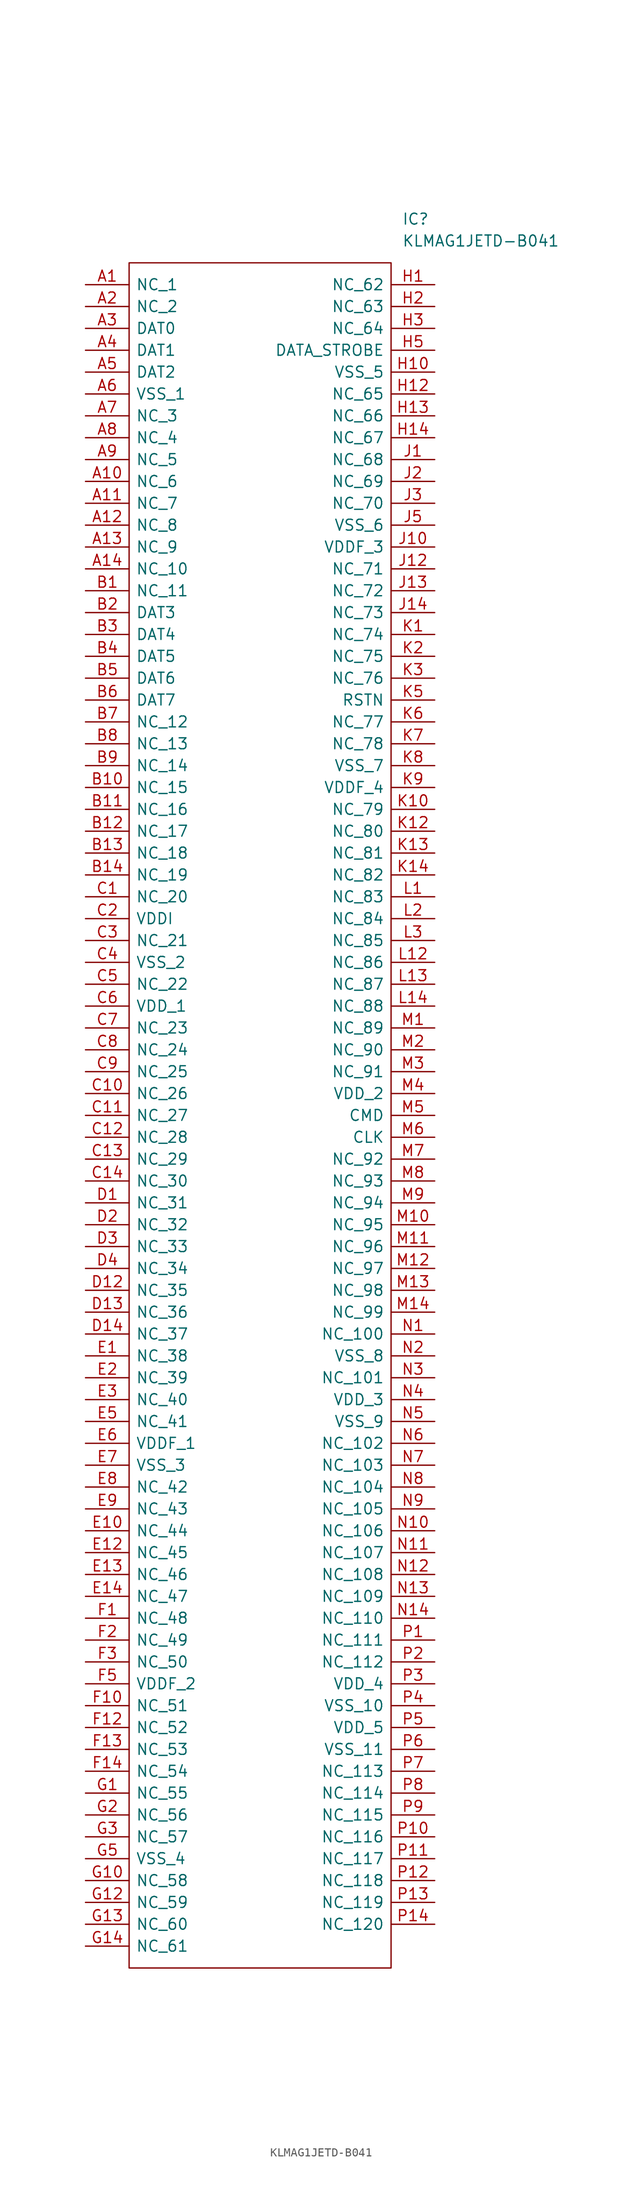
<source format=kicad_sym>
(kicad_symbol_lib
  (version 20211014)
  (generator kicad_symbol_editor)
  (symbol "KLMAG1JETD-B041"
    (pin_names
      (offset 0.762))
    (property "Reference" "IC"
      (at 36.83 7.62 0)
      (effects (font (size 1.27 1.27)) (justify left)))
    (property "Value" "KLMAG1JETD-B041"
      (at 36.83 5.08 0)
      (effects (font (size 1.27 1.27)) (justify left)))
    (symbol "KLMAG1JETD-B041_0_0"
      (pin passive line (at 0 0 0) (length 5.08) (name "NC_1" (effects (font (size 1.27 1.27)))) (number "A1" (effects (font (size 1.27 1.27)))))
      (pin passive line (at 0 -22.86 0) (length 5.08) (name "NC_6" (effects (font (size 1.27 1.27)))) (number "A10" (effects (font (size 1.27 1.27)))))
      (pin passive line (at 0 -25.4 0) (length 5.08) (name "NC_7" (effects (font (size 1.27 1.27)))) (number "A11" (effects (font (size 1.27 1.27)))))
      (pin passive line (at 0 -27.94 0) (length 5.08) (name "NC_8" (effects (font (size 1.27 1.27)))) (number "A12" (effects (font (size 1.27 1.27)))))
      (pin passive line (at 0 -30.48 0) (length 5.08) (name "NC_9" (effects (font (size 1.27 1.27)))) (number "A13" (effects (font (size 1.27 1.27)))))
      (pin passive line (at 0 -33.02 0) (length 5.08) (name "NC_10" (effects (font (size 1.27 1.27)))) (number "A14" (effects (font (size 1.27 1.27)))))
      (pin passive line (at 0 -2.54 0) (length 5.08) (name "NC_2" (effects (font (size 1.27 1.27)))) (number "A2" (effects (font (size 1.27 1.27)))))
      (pin passive line (at 0 -5.08 0) (length 5.08) (name "DAT0" (effects (font (size 1.27 1.27)))) (number "A3" (effects (font (size 1.27 1.27)))))
      (pin passive line (at 0 -7.62 0) (length 5.08) (name "DAT1" (effects (font (size 1.27 1.27)))) (number "A4" (effects (font (size 1.27 1.27)))))
      (pin passive line (at 0 -10.16 0) (length 5.08) (name "DAT2" (effects (font (size 1.27 1.27)))) (number "A5" (effects (font (size 1.27 1.27)))))
      (pin passive line (at 0 -12.7 0) (length 5.08) (name "VSS_1" (effects (font (size 1.27 1.27)))) (number "A6" (effects (font (size 1.27 1.27)))))
      (pin passive line (at 0 -15.24 0) (length 5.08) (name "NC_3" (effects (font (size 1.27 1.27)))) (number "A7" (effects (font (size 1.27 1.27)))))
      (pin passive line (at 0 -17.78 0) (length 5.08) (name "NC_4" (effects (font (size 1.27 1.27)))) (number "A8" (effects (font (size 1.27 1.27)))))
      (pin passive line (at 0 -20.32 0) (length 5.08) (name "NC_5" (effects (font (size 1.27 1.27)))) (number "A9" (effects (font (size 1.27 1.27)))))
      (pin passive line (at 0 -35.56 0) (length 5.08) (name "NC_11" (effects (font (size 1.27 1.27)))) (number "B1" (effects (font (size 1.27 1.27)))))
      (pin passive line (at 0 -58.42 0) (length 5.08) (name "NC_15" (effects (font (size 1.27 1.27)))) (number "B10" (effects (font (size 1.27 1.27)))))
      (pin passive line (at 0 -60.96 0) (length 5.08) (name "NC_16" (effects (font (size 1.27 1.27)))) (number "B11" (effects (font (size 1.27 1.27)))))
      (pin passive line (at 0 -63.5 0) (length 5.08) (name "NC_17" (effects (font (size 1.27 1.27)))) (number "B12" (effects (font (size 1.27 1.27)))))
      (pin passive line (at 0 -66.04 0) (length 5.08) (name "NC_18" (effects (font (size 1.27 1.27)))) (number "B13" (effects (font (size 1.27 1.27)))))
      (pin passive line (at 0 -68.58 0) (length 5.08) (name "NC_19" (effects (font (size 1.27 1.27)))) (number "B14" (effects (font (size 1.27 1.27)))))
      (pin passive line (at 0 -38.1 0) (length 5.08) (name "DAT3" (effects (font (size 1.27 1.27)))) (number "B2" (effects (font (size 1.27 1.27)))))
      (pin passive line (at 0 -40.64 0) (length 5.08) (name "DAT4" (effects (font (size 1.27 1.27)))) (number "B3" (effects (font (size 1.27 1.27)))))
      (pin passive line (at 0 -43.18 0) (length 5.08) (name "DAT5" (effects (font (size 1.27 1.27)))) (number "B4" (effects (font (size 1.27 1.27)))))
      (pin passive line (at 0 -45.72 0) (length 5.08) (name "DAT6" (effects (font (size 1.27 1.27)))) (number "B5" (effects (font (size 1.27 1.27)))))
      (pin passive line (at 0 -48.26 0) (length 5.08) (name "DAT7" (effects (font (size 1.27 1.27)))) (number "B6" (effects (font (size 1.27 1.27)))))
      (pin passive line (at 0 -50.8 0) (length 5.08) (name "NC_12" (effects (font (size 1.27 1.27)))) (number "B7" (effects (font (size 1.27 1.27)))))
      (pin passive line (at 0 -53.34 0) (length 5.08) (name "NC_13" (effects (font (size 1.27 1.27)))) (number "B8" (effects (font (size 1.27 1.27)))))
      (pin passive line (at 0 -55.88 0) (length 5.08) (name "NC_14" (effects (font (size 1.27 1.27)))) (number "B9" (effects (font (size 1.27 1.27)))))
      (pin passive line (at 0 -71.12 0) (length 5.08) (name "NC_20" (effects (font (size 1.27 1.27)))) (number "C1" (effects (font (size 1.27 1.27)))))
      (pin passive line (at 0 -93.98 0) (length 5.08) (name "NC_26" (effects (font (size 1.27 1.27)))) (number "C10" (effects (font (size 1.27 1.27)))))
      (pin passive line (at 0 -96.52 0) (length 5.08) (name "NC_27" (effects (font (size 1.27 1.27)))) (number "C11" (effects (font (size 1.27 1.27)))))
      (pin passive line (at 0 -99.06 0) (length 5.08) (name "NC_28" (effects (font (size 1.27 1.27)))) (number "C12" (effects (font (size 1.27 1.27)))))
      (pin passive line (at 0 -101.6 0) (length 5.08) (name "NC_29" (effects (font (size 1.27 1.27)))) (number "C13" (effects (font (size 1.27 1.27)))))
      (pin passive line (at 0 -104.14 0) (length 5.08) (name "NC_30" (effects (font (size 1.27 1.27)))) (number "C14" (effects (font (size 1.27 1.27)))))
      (pin passive line (at 0 -73.66 0) (length 5.08) (name "VDDI" (effects (font (size 1.27 1.27)))) (number "C2" (effects (font (size 1.27 1.27)))))
      (pin passive line (at 0 -76.2 0) (length 5.08) (name "NC_21" (effects (font (size 1.27 1.27)))) (number "C3" (effects (font (size 1.27 1.27)))))
      (pin passive line (at 0 -78.74 0) (length 5.08) (name "VSS_2" (effects (font (size 1.27 1.27)))) (number "C4" (effects (font (size 1.27 1.27)))))
      (pin passive line (at 0 -81.28 0) (length 5.08) (name "NC_22" (effects (font (size 1.27 1.27)))) (number "C5" (effects (font (size 1.27 1.27)))))
      (pin passive line (at 0 -83.82 0) (length 5.08) (name "VDD_1" (effects (font (size 1.27 1.27)))) (number "C6" (effects (font (size 1.27 1.27)))))
      (pin passive line (at 0 -86.36 0) (length 5.08) (name "NC_23" (effects (font (size 1.27 1.27)))) (number "C7" (effects (font (size 1.27 1.27)))))
      (pin passive line (at 0 -88.9 0) (length 5.08) (name "NC_24" (effects (font (size 1.27 1.27)))) (number "C8" (effects (font (size 1.27 1.27)))))
      (pin passive line (at 0 -91.44 0) (length 5.08) (name "NC_25" (effects (font (size 1.27 1.27)))) (number "C9" (effects (font (size 1.27 1.27)))))
      (pin passive line (at 0 -106.68 0) (length 5.08) (name "NC_31" (effects (font (size 1.27 1.27)))) (number "D1" (effects (font (size 1.27 1.27)))))
      (pin passive line (at 0 -116.84 0) (length 5.08) (name "NC_35" (effects (font (size 1.27 1.27)))) (number "D12" (effects (font (size 1.27 1.27)))))
      (pin passive line (at 0 -119.38 0) (length 5.08) (name "NC_36" (effects (font (size 1.27 1.27)))) (number "D13" (effects (font (size 1.27 1.27)))))
      (pin passive line (at 0 -121.92 0) (length 5.08) (name "NC_37" (effects (font (size 1.27 1.27)))) (number "D14" (effects (font (size 1.27 1.27)))))
      (pin passive line (at 0 -109.22 0) (length 5.08) (name "NC_32" (effects (font (size 1.27 1.27)))) (number "D2" (effects (font (size 1.27 1.27)))))
      (pin passive line (at 0 -111.76 0) (length 5.08) (name "NC_33" (effects (font (size 1.27 1.27)))) (number "D3" (effects (font (size 1.27 1.27)))))
      (pin passive line (at 0 -114.3 0) (length 5.08) (name "NC_34" (effects (font (size 1.27 1.27)))) (number "D4" (effects (font (size 1.27 1.27)))))
      (pin passive line (at 0 -124.46 0) (length 5.08) (name "NC_38" (effects (font (size 1.27 1.27)))) (number "E1" (effects (font (size 1.27 1.27)))))
      (pin passive line (at 0 -144.78 0) (length 5.08) (name "NC_44" (effects (font (size 1.27 1.27)))) (number "E10" (effects (font (size 1.27 1.27)))))
      (pin passive line (at 0 -147.32 0) (length 5.08) (name "NC_45" (effects (font (size 1.27 1.27)))) (number "E12" (effects (font (size 1.27 1.27)))))
      (pin passive line (at 0 -149.86 0) (length 5.08) (name "NC_46" (effects (font (size 1.27 1.27)))) (number "E13" (effects (font (size 1.27 1.27)))))
      (pin passive line (at 0 -152.4 0) (length 5.08) (name "NC_47" (effects (font (size 1.27 1.27)))) (number "E14" (effects (font (size 1.27 1.27)))))
      (pin passive line (at 0 -127 0) (length 5.08) (name "NC_39" (effects (font (size 1.27 1.27)))) (number "E2" (effects (font (size 1.27 1.27)))))
      (pin passive line (at 0 -129.54 0) (length 5.08) (name "NC_40" (effects (font (size 1.27 1.27)))) (number "E3" (effects (font (size 1.27 1.27)))))
      (pin passive line (at 0 -132.08 0) (length 5.08) (name "NC_41" (effects (font (size 1.27 1.27)))) (number "E5" (effects (font (size 1.27 1.27)))))
      (pin passive line (at 0 -134.62 0) (length 5.08) (name "VDDF_1" (effects (font (size 1.27 1.27)))) (number "E6" (effects (font (size 1.27 1.27)))))
      (pin passive line (at 0 -137.16 0) (length 5.08) (name "VSS_3" (effects (font (size 1.27 1.27)))) (number "E7" (effects (font (size 1.27 1.27)))))
      (pin passive line (at 0 -139.7 0) (length 5.08) (name "NC_42" (effects (font (size 1.27 1.27)))) (number "E8" (effects (font (size 1.27 1.27)))))
      (pin passive line (at 0 -142.24 0) (length 5.08) (name "NC_43" (effects (font (size 1.27 1.27)))) (number "E9" (effects (font (size 1.27 1.27)))))
      (pin passive line (at 0 -154.94 0) (length 5.08) (name "NC_48" (effects (font (size 1.27 1.27)))) (number "F1" (effects (font (size 1.27 1.27)))))
      (pin passive line (at 0 -165.1 0) (length 5.08) (name "NC_51" (effects (font (size 1.27 1.27)))) (number "F10" (effects (font (size 1.27 1.27)))))
      (pin passive line (at 0 -167.64 0) (length 5.08) (name "NC_52" (effects (font (size 1.27 1.27)))) (number "F12" (effects (font (size 1.27 1.27)))))
      (pin passive line (at 0 -170.18 0) (length 5.08) (name "NC_53" (effects (font (size 1.27 1.27)))) (number "F13" (effects (font (size 1.27 1.27)))))
      (pin passive line (at 0 -172.72 0) (length 5.08) (name "NC_54" (effects (font (size 1.27 1.27)))) (number "F14" (effects (font (size 1.27 1.27)))))
      (pin passive line (at 0 -157.48 0) (length 5.08) (name "NC_49" (effects (font (size 1.27 1.27)))) (number "F2" (effects (font (size 1.27 1.27)))))
      (pin passive line (at 0 -160.02 0) (length 5.08) (name "NC_50" (effects (font (size 1.27 1.27)))) (number "F3" (effects (font (size 1.27 1.27)))))
      (pin passive line (at 0 -162.56 0) (length 5.08) (name "VDDF_2" (effects (font (size 1.27 1.27)))) (number "F5" (effects (font (size 1.27 1.27)))))
      (pin passive line (at 0 -175.26 0) (length 5.08) (name "NC_55" (effects (font (size 1.27 1.27)))) (number "G1" (effects (font (size 1.27 1.27)))))
      (pin passive line (at 0 -185.42 0) (length 5.08) (name "NC_58" (effects (font (size 1.27 1.27)))) (number "G10" (effects (font (size 1.27 1.27)))))
      (pin passive line (at 0 -187.96 0) (length 5.08) (name "NC_59" (effects (font (size 1.27 1.27)))) (number "G12" (effects (font (size 1.27 1.27)))))
      (pin passive line (at 0 -190.5 0) (length 5.08) (name "NC_60" (effects (font (size 1.27 1.27)))) (number "G13" (effects (font (size 1.27 1.27)))))
      (pin passive line (at 0 -193.04 0) (length 5.08) (name "NC_61" (effects (font (size 1.27 1.27)))) (number "G14" (effects (font (size 1.27 1.27)))))
      (pin passive line (at 0 -177.8 0) (length 5.08) (name "NC_56" (effects (font (size 1.27 1.27)))) (number "G2" (effects (font (size 1.27 1.27)))))
      (pin passive line (at 0 -180.34 0) (length 5.08) (name "NC_57" (effects (font (size 1.27 1.27)))) (number "G3" (effects (font (size 1.27 1.27)))))
      (pin passive line (at 0 -182.88 0) (length 5.08) (name "VSS_4" (effects (font (size 1.27 1.27)))) (number "G5" (effects (font (size 1.27 1.27)))))
      (pin passive line (at 40.64 0 180) (length 5.08) (name "NC_62" (effects (font (size 1.27 1.27)))) (number "H1" (effects (font (size 1.27 1.27)))))
      (pin passive line (at 40.64 -10.16 180) (length 5.08) (name "VSS_5" (effects (font (size 1.27 1.27)))) (number "H10" (effects (font (size 1.27 1.27)))))
      (pin passive line (at 40.64 -12.7 180) (length 5.08) (name "NC_65" (effects (font (size 1.27 1.27)))) (number "H12" (effects (font (size 1.27 1.27)))))
      (pin passive line (at 40.64 -15.24 180) (length 5.08) (name "NC_66" (effects (font (size 1.27 1.27)))) (number "H13" (effects (font (size 1.27 1.27)))))
      (pin passive line (at 40.64 -17.78 180) (length 5.08) (name "NC_67" (effects (font (size 1.27 1.27)))) (number "H14" (effects (font (size 1.27 1.27)))))
      (pin passive line (at 40.64 -2.54 180) (length 5.08) (name "NC_63" (effects (font (size 1.27 1.27)))) (number "H2" (effects (font (size 1.27 1.27)))))
      (pin passive line (at 40.64 -5.08 180) (length 5.08) (name "NC_64" (effects (font (size 1.27 1.27)))) (number "H3" (effects (font (size 1.27 1.27)))))
      (pin passive line (at 40.64 -7.62 180) (length 5.08) (name "DATA_STROBE" (effects (font (size 1.27 1.27)))) (number "H5" (effects (font (size 1.27 1.27)))))
      (pin passive line (at 40.64 -20.32 180) (length 5.08) (name "NC_68" (effects (font (size 1.27 1.27)))) (number "J1" (effects (font (size 1.27 1.27)))))
      (pin passive line (at 40.64 -30.48 180) (length 5.08) (name "VDDF_3" (effects (font (size 1.27 1.27)))) (number "J10" (effects (font (size 1.27 1.27)))))
      (pin passive line (at 40.64 -33.02 180) (length 5.08) (name "NC_71" (effects (font (size 1.27 1.27)))) (number "J12" (effects (font (size 1.27 1.27)))))
      (pin passive line (at 40.64 -35.56 180) (length 5.08) (name "NC_72" (effects (font (size 1.27 1.27)))) (number "J13" (effects (font (size 1.27 1.27)))))
      (pin passive line (at 40.64 -38.1 180) (length 5.08) (name "NC_73" (effects (font (size 1.27 1.27)))) (number "J14" (effects (font (size 1.27 1.27)))))
      (pin passive line (at 40.64 -22.86 180) (length 5.08) (name "NC_69" (effects (font (size 1.27 1.27)))) (number "J2" (effects (font (size 1.27 1.27)))))
      (pin passive line (at 40.64 -25.4 180) (length 5.08) (name "NC_70" (effects (font (size 1.27 1.27)))) (number "J3" (effects (font (size 1.27 1.27)))))
      (pin passive line (at 40.64 -27.94 180) (length 5.08) (name "VSS_6" (effects (font (size 1.27 1.27)))) (number "J5" (effects (font (size 1.27 1.27)))))
      (pin passive line (at 40.64 -40.64 180) (length 5.08) (name "NC_74" (effects (font (size 1.27 1.27)))) (number "K1" (effects (font (size 1.27 1.27)))))
      (pin passive line (at 40.64 -60.96 180) (length 5.08) (name "NC_79" (effects (font (size 1.27 1.27)))) (number "K10" (effects (font (size 1.27 1.27)))))
      (pin passive line (at 40.64 -63.5 180) (length 5.08) (name "NC_80" (effects (font (size 1.27 1.27)))) (number "K12" (effects (font (size 1.27 1.27)))))
      (pin passive line (at 40.64 -66.04 180) (length 5.08) (name "NC_81" (effects (font (size 1.27 1.27)))) (number "K13" (effects (font (size 1.27 1.27)))))
      (pin passive line (at 40.64 -68.58 180) (length 5.08) (name "NC_82" (effects (font (size 1.27 1.27)))) (number "K14" (effects (font (size 1.27 1.27)))))
      (pin passive line (at 40.64 -43.18 180) (length 5.08) (name "NC_75" (effects (font (size 1.27 1.27)))) (number "K2" (effects (font (size 1.27 1.27)))))
      (pin passive line (at 40.64 -45.72 180) (length 5.08) (name "NC_76" (effects (font (size 1.27 1.27)))) (number "K3" (effects (font (size 1.27 1.27)))))
      (pin passive line (at 40.64 -48.26 180) (length 5.08) (name "RSTN" (effects (font (size 1.27 1.27)))) (number "K5" (effects (font (size 1.27 1.27)))))
      (pin passive line (at 40.64 -50.8 180) (length 5.08) (name "NC_77" (effects (font (size 1.27 1.27)))) (number "K6" (effects (font (size 1.27 1.27)))))
      (pin passive line (at 40.64 -53.34 180) (length 5.08) (name "NC_78" (effects (font (size 1.27 1.27)))) (number "K7" (effects (font (size 1.27 1.27)))))
      (pin passive line (at 40.64 -55.88 180) (length 5.08) (name "VSS_7" (effects (font (size 1.27 1.27)))) (number "K8" (effects (font (size 1.27 1.27)))))
      (pin passive line (at 40.64 -58.42 180) (length 5.08) (name "VDDF_4" (effects (font (size 1.27 1.27)))) (number "K9" (effects (font (size 1.27 1.27)))))
      (pin passive line (at 40.64 -71.12 180) (length 5.08) (name "NC_83" (effects (font (size 1.27 1.27)))) (number "L1" (effects (font (size 1.27 1.27)))))
      (pin passive line (at 40.64 -78.74 180) (length 5.08) (name "NC_86" (effects (font (size 1.27 1.27)))) (number "L12" (effects (font (size 1.27 1.27)))))
      (pin passive line (at 40.64 -81.28 180) (length 5.08) (name "NC_87" (effects (font (size 1.27 1.27)))) (number "L13" (effects (font (size 1.27 1.27)))))
      (pin passive line (at 40.64 -83.82 180) (length 5.08) (name "NC_88" (effects (font (size 1.27 1.27)))) (number "L14" (effects (font (size 1.27 1.27)))))
      (pin passive line (at 40.64 -73.66 180) (length 5.08) (name "NC_84" (effects (font (size 1.27 1.27)))) (number "L2" (effects (font (size 1.27 1.27)))))
      (pin passive line (at 40.64 -76.2 180) (length 5.08) (name "NC_85" (effects (font (size 1.27 1.27)))) (number "L3" (effects (font (size 1.27 1.27)))))
      (pin passive line (at 40.64 -86.36 180) (length 5.08) (name "NC_89" (effects (font (size 1.27 1.27)))) (number "M1" (effects (font (size 1.27 1.27)))))
      (pin passive line (at 40.64 -109.22 180) (length 5.08) (name "NC_95" (effects (font (size 1.27 1.27)))) (number "M10" (effects (font (size 1.27 1.27)))))
      (pin passive line (at 40.64 -111.76 180) (length 5.08) (name "NC_96" (effects (font (size 1.27 1.27)))) (number "M11" (effects (font (size 1.27 1.27)))))
      (pin passive line (at 40.64 -114.3 180) (length 5.08) (name "NC_97" (effects (font (size 1.27 1.27)))) (number "M12" (effects (font (size 1.27 1.27)))))
      (pin passive line (at 40.64 -116.84 180) (length 5.08) (name "NC_98" (effects (font (size 1.27 1.27)))) (number "M13" (effects (font (size 1.27 1.27)))))
      (pin passive line (at 40.64 -119.38 180) (length 5.08) (name "NC_99" (effects (font (size 1.27 1.27)))) (number "M14" (effects (font (size 1.27 1.27)))))
      (pin passive line (at 40.64 -88.9 180) (length 5.08) (name "NC_90" (effects (font (size 1.27 1.27)))) (number "M2" (effects (font (size 1.27 1.27)))))
      (pin passive line (at 40.64 -91.44 180) (length 5.08) (name "NC_91" (effects (font (size 1.27 1.27)))) (number "M3" (effects (font (size 1.27 1.27)))))
      (pin passive line (at 40.64 -93.98 180) (length 5.08) (name "VDD_2" (effects (font (size 1.27 1.27)))) (number "M4" (effects (font (size 1.27 1.27)))))
      (pin passive line (at 40.64 -96.52 180) (length 5.08) (name "CMD" (effects (font (size 1.27 1.27)))) (number "M5" (effects (font (size 1.27 1.27)))))
      (pin passive line (at 40.64 -99.06 180) (length 5.08) (name "CLK" (effects (font (size 1.27 1.27)))) (number "M6" (effects (font (size 1.27 1.27)))))
      (pin passive line (at 40.64 -101.6 180) (length 5.08) (name "NC_92" (effects (font (size 1.27 1.27)))) (number "M7" (effects (font (size 1.27 1.27)))))
      (pin passive line (at 40.64 -104.14 180) (length 5.08) (name "NC_93" (effects (font (size 1.27 1.27)))) (number "M8" (effects (font (size 1.27 1.27)))))
      (pin passive line (at 40.64 -106.68 180) (length 5.08) (name "NC_94" (effects (font (size 1.27 1.27)))) (number "M9" (effects (font (size 1.27 1.27)))))
      (pin passive line (at 40.64 -121.92 180) (length 5.08) (name "NC_100" (effects (font (size 1.27 1.27)))) (number "N1" (effects (font (size 1.27 1.27)))))
      (pin passive line (at 40.64 -144.78 180) (length 5.08) (name "NC_106" (effects (font (size 1.27 1.27)))) (number "N10" (effects (font (size 1.27 1.27)))))
      (pin passive line (at 40.64 -147.32 180) (length 5.08) (name "NC_107" (effects (font (size 1.27 1.27)))) (number "N11" (effects (font (size 1.27 1.27)))))
      (pin passive line (at 40.64 -149.86 180) (length 5.08) (name "NC_108" (effects (font (size 1.27 1.27)))) (number "N12" (effects (font (size 1.27 1.27)))))
      (pin passive line (at 40.64 -152.4 180) (length 5.08) (name "NC_109" (effects (font (size 1.27 1.27)))) (number "N13" (effects (font (size 1.27 1.27)))))
      (pin passive line (at 40.64 -154.94 180) (length 5.08) (name "NC_110" (effects (font (size 1.27 1.27)))) (number "N14" (effects (font (size 1.27 1.27)))))
      (pin passive line (at 40.64 -124.46 180) (length 5.08) (name "VSS_8" (effects (font (size 1.27 1.27)))) (number "N2" (effects (font (size 1.27 1.27)))))
      (pin passive line (at 40.64 -127 180) (length 5.08) (name "NC_101" (effects (font (size 1.27 1.27)))) (number "N3" (effects (font (size 1.27 1.27)))))
      (pin passive line (at 40.64 -129.54 180) (length 5.08) (name "VDD_3" (effects (font (size 1.27 1.27)))) (number "N4" (effects (font (size 1.27 1.27)))))
      (pin passive line (at 40.64 -132.08 180) (length 5.08) (name "VSS_9" (effects (font (size 1.27 1.27)))) (number "N5" (effects (font (size 1.27 1.27)))))
      (pin passive line (at 40.64 -134.62 180) (length 5.08) (name "NC_102" (effects (font (size 1.27 1.27)))) (number "N6" (effects (font (size 1.27 1.27)))))
      (pin passive line (at 40.64 -137.16 180) (length 5.08) (name "NC_103" (effects (font (size 1.27 1.27)))) (number "N7" (effects (font (size 1.27 1.27)))))
      (pin passive line (at 40.64 -139.7 180) (length 5.08) (name "NC_104" (effects (font (size 1.27 1.27)))) (number "N8" (effects (font (size 1.27 1.27)))))
      (pin passive line (at 40.64 -142.24 180) (length 5.08) (name "NC_105" (effects (font (size 1.27 1.27)))) (number "N9" (effects (font (size 1.27 1.27)))))
      (pin passive line (at 40.64 -157.48 180) (length 5.08) (name "NC_111" (effects (font (size 1.27 1.27)))) (number "P1" (effects (font (size 1.27 1.27)))))
      (pin passive line (at 40.64 -180.34 180) (length 5.08) (name "NC_116" (effects (font (size 1.27 1.27)))) (number "P10" (effects (font (size 1.27 1.27)))))
      (pin passive line (at 40.64 -182.88 180) (length 5.08) (name "NC_117" (effects (font (size 1.27 1.27)))) (number "P11" (effects (font (size 1.27 1.27)))))
      (pin passive line (at 40.64 -185.42 180) (length 5.08) (name "NC_118" (effects (font (size 1.27 1.27)))) (number "P12" (effects (font (size 1.27 1.27)))))
      (pin passive line (at 40.64 -187.96 180) (length 5.08) (name "NC_119" (effects (font (size 1.27 1.27)))) (number "P13" (effects (font (size 1.27 1.27)))))
      (pin passive line (at 40.64 -190.5 180) (length 5.08) (name "NC_120" (effects (font (size 1.27 1.27)))) (number "P14" (effects (font (size 1.27 1.27)))))
      (pin passive line (at 40.64 -160.02 180) (length 5.08) (name "NC_112" (effects (font (size 1.27 1.27)))) (number "P2" (effects (font (size 1.27 1.27)))))
      (pin passive line (at 40.64 -162.56 180) (length 5.08) (name "VDD_4" (effects (font (size 1.27 1.27)))) (number "P3" (effects (font (size 1.27 1.27)))))
      (pin passive line (at 40.64 -165.1 180) (length 5.08) (name "VSS_10" (effects (font (size 1.27 1.27)))) (number "P4" (effects (font (size 1.27 1.27)))))
      (pin passive line (at 40.64 -167.64 180) (length 5.08) (name "VDD_5" (effects (font (size 1.27 1.27)))) (number "P5" (effects (font (size 1.27 1.27)))))
      (pin passive line (at 40.64 -170.18 180) (length 5.08) (name "VSS_11" (effects (font (size 1.27 1.27)))) (number "P6" (effects (font (size 1.27 1.27)))))
      (pin passive line (at 40.64 -172.72 180) (length 5.08) (name "NC_113" (effects (font (size 1.27 1.27)))) (number "P7" (effects (font (size 1.27 1.27)))))
      (pin passive line (at 40.64 -175.26 180) (length 5.08) (name "NC_114" (effects (font (size 1.27 1.27)))) (number "P8" (effects (font (size 1.27 1.27)))))
      (pin passive line (at 40.64 -177.8 180) (length 5.08) (name "NC_115" (effects (font (size 1.27 1.27)))) (number "P9" (effects (font (size 1.27 1.27))))))
    (symbol "KLMAG1JETD-B041_0_1"
      (polyline (pts (xy 5.08 2.54) (xy 35.56 2.54) (xy 35.56 -195.58) (xy 5.08 -195.58) (xy 5.08 2.54)) (stroke (width 0.152) (type default) (color 0 0 0 0)) (fill (type none))))))
</source>
